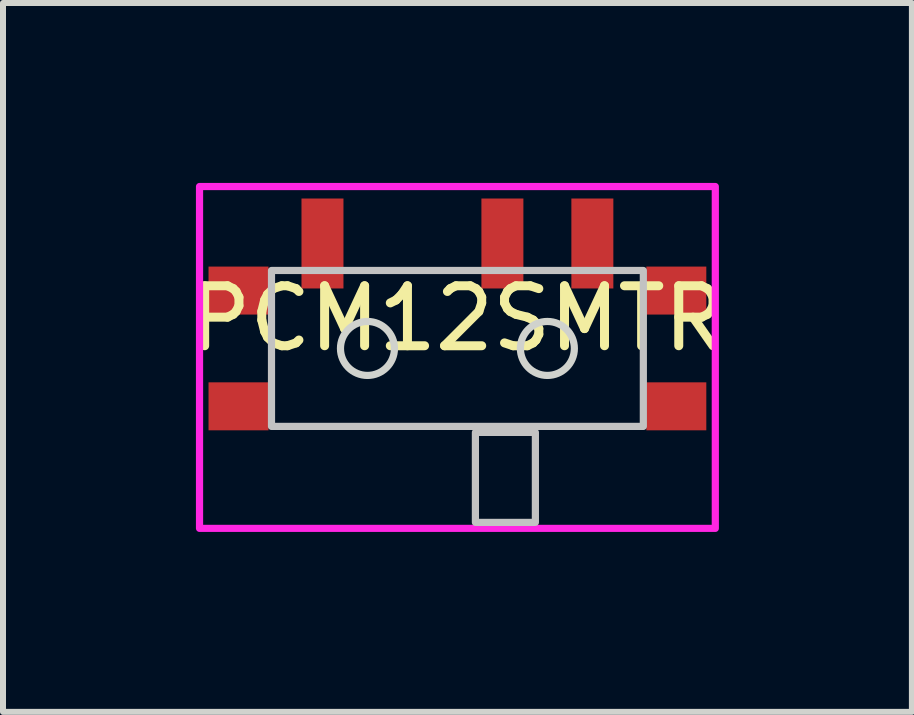
<source format=kicad_pcb>
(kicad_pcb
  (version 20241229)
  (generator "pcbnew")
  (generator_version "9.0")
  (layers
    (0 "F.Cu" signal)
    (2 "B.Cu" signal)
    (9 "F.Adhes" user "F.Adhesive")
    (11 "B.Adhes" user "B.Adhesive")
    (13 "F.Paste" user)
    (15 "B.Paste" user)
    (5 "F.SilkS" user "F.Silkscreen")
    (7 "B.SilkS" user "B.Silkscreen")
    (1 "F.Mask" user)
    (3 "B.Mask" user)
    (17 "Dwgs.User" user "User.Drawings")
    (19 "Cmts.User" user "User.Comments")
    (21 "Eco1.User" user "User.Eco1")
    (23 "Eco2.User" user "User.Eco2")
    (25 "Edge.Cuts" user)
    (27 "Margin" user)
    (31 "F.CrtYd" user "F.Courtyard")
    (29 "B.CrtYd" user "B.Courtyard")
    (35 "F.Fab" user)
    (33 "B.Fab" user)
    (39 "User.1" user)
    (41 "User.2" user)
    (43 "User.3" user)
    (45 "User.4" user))
  (footprint "PCM12SMTR"
    (layer "F.Cu")
    (at 4.577 2.76)
    (property "Reference" "PCM12SMTR" (at 0 -0.5 0) (unlocked yes) (layer "F.SilkS") (effects (font (size 1 1) (thickness 0.15))))
    (fp_rect (start -3.1 -1.3) (end 3.1 1.3) (stroke (width 0.12) (type solid)) (fill no) (layer "Dwgs.User"))
    (fp_rect (start 0.3 1.4) (end 1.3 2.9) (stroke (width 0.12) (type solid)) (fill no) (layer "Dwgs.User"))
    (fp_circle (center -1.5 0) (end -1.05 0) (stroke (width 0.12) (type solid)) (fill no) (layer "Edge.Cuts"))
    (fp_circle (center 1.5 0) (end 1.95 0) (stroke (width 0.12) (type solid)) (fill no) (layer "Edge.Cuts"))
    (fp_rect (start -4.3 -2.7) (end 4.3 3) (stroke (width 0.12) (type solid)) (fill no) (layer "F.CrtYd"))
    (pad "" smd rect (at -3.65 -0.965) (size 1 0.8) (layers "F.Cu" "F.Mask" "F.Paste"))
    (pad "" smd rect (at -3.65 0.965) (size 1 0.8) (layers "F.Cu" "F.Mask" "F.Paste"))
    (pad "" smd rect (at 3.65 -0.965) (size 1 0.8) (layers "F.Cu" "F.Mask" "F.Paste"))
    (pad "" smd rect (at 3.65 0.965) (size 1 0.8) (layers "F.Cu" "F.Mask" "F.Paste"))
    (pad "1" smd rect (at -2.25 -1.75 90) (size 1.5 0.7) (layers "F.Cu" "F.Mask" "F.Paste"))
    (pad "2" smd rect (at 0.75 -1.75 90) (size 1.5 0.7) (layers "F.Cu" "F.Mask" "F.Paste"))
    (pad "3" smd rect (at 2.25 -1.75 90) (size 1.5 0.7) (layers "F.Cu" "F.Mask" "F.Paste")))
  (gr_rect
    (start -3 -3)
    (end 12.155 8.82)
    (stroke (width 0.1) (type default))
    (fill no)
    (layer "Edge.Cuts")))
</source>
